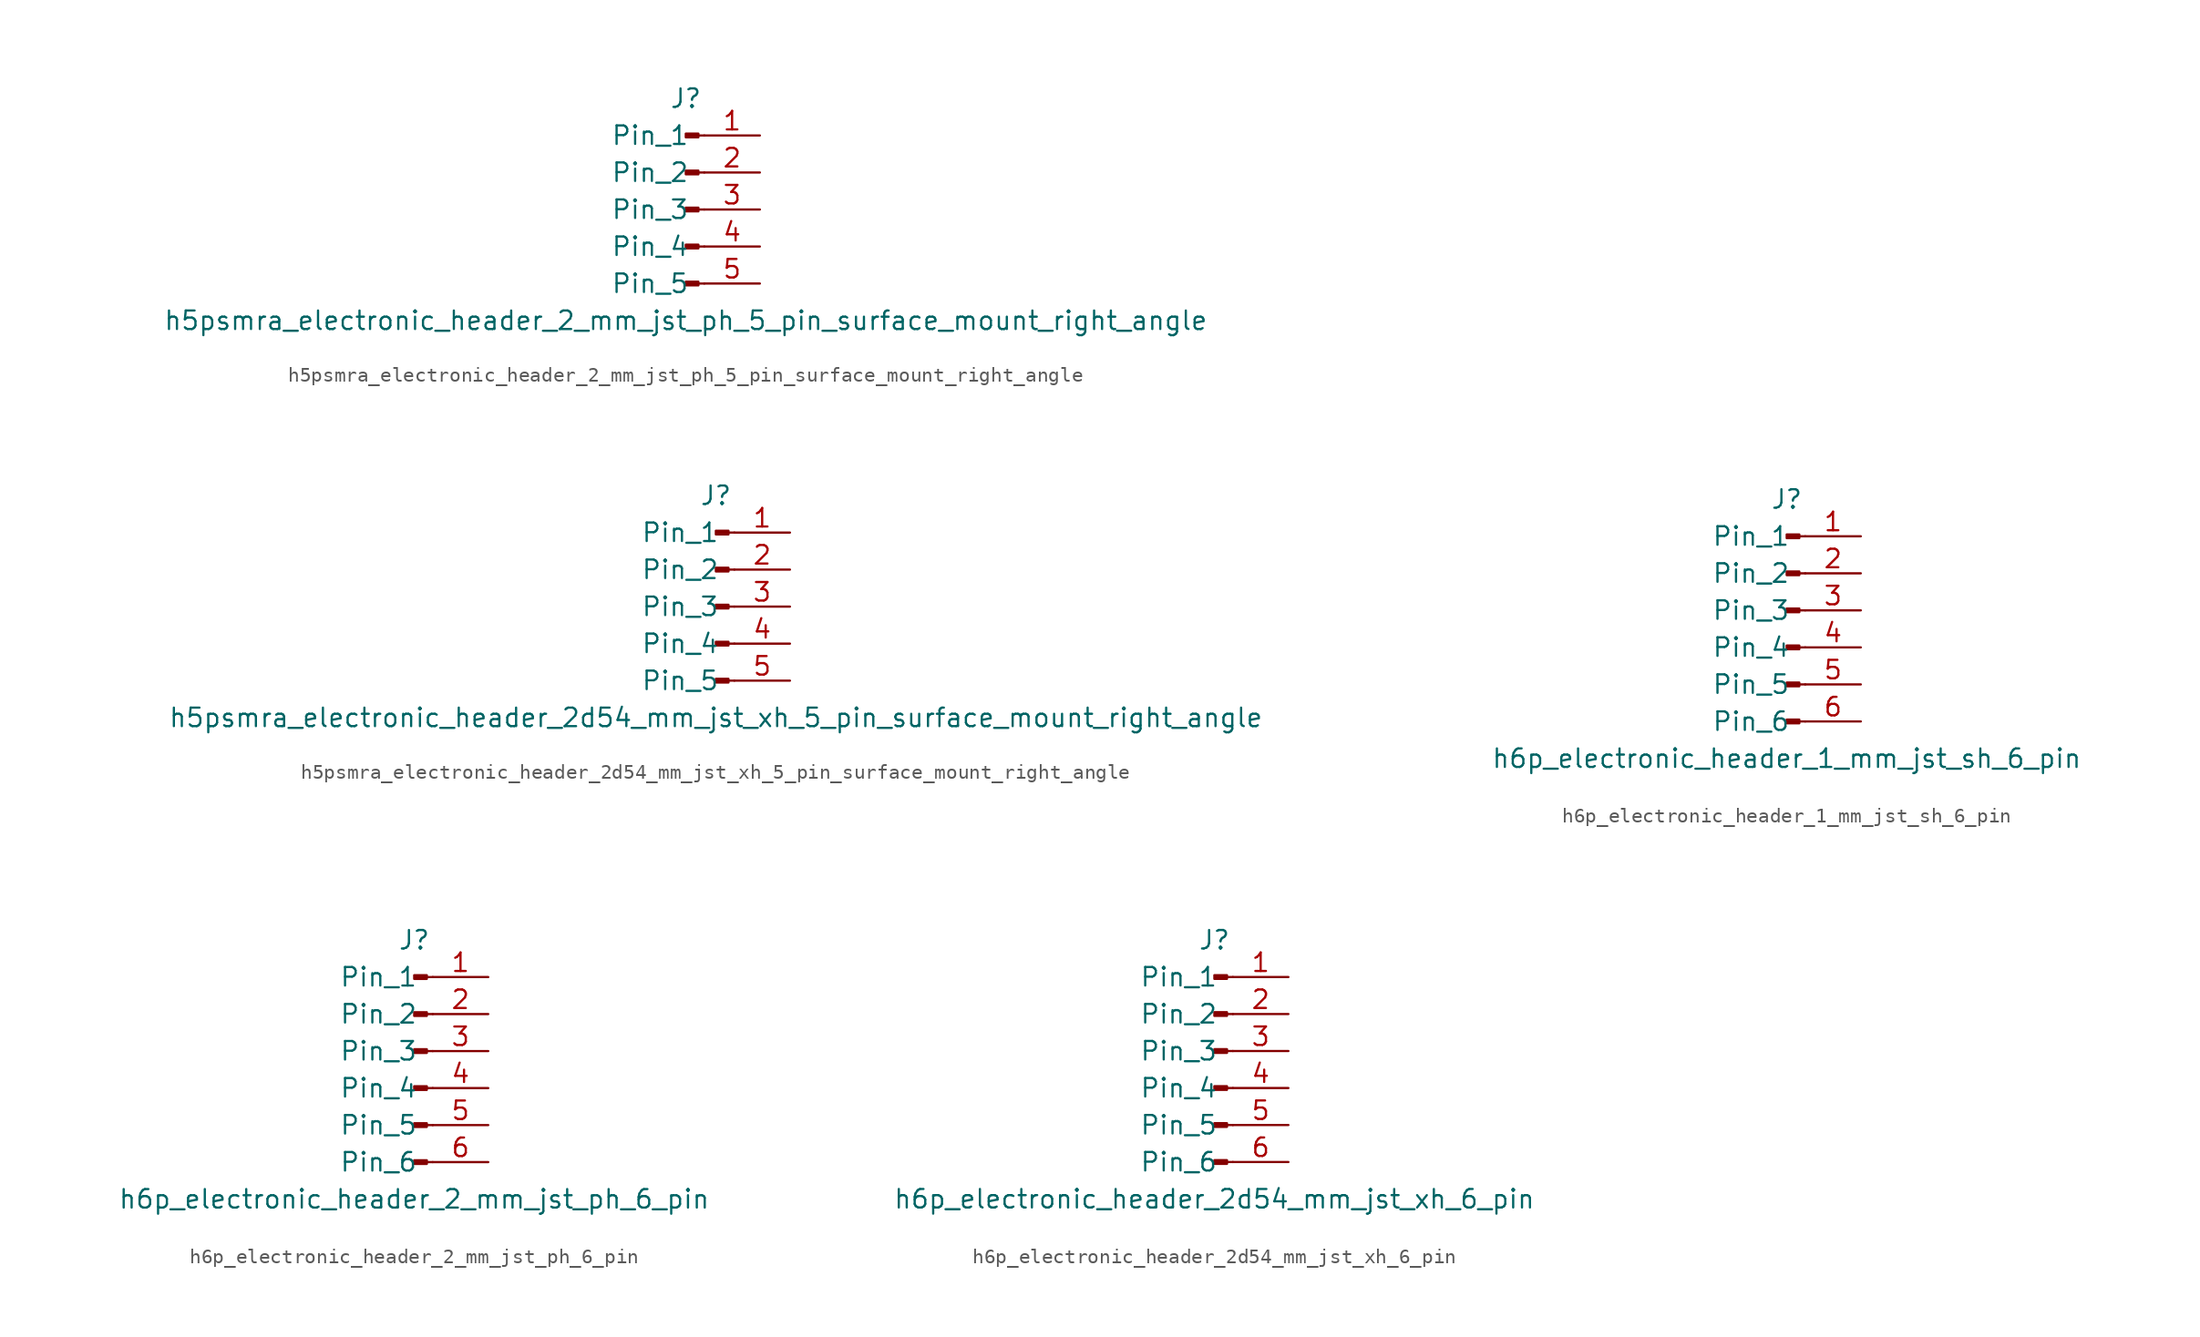
<source format=kicad_sym>
(kicad_symbol_lib
  (version 20220914)
  (generator kicad_symbol_editor)
  (symbol "h5psmra_electronic_header_2_mm_jst_ph_5_pin_surface_mount_right_angle"
    (pin_names
      (offset 1.016))
    (property "Reference" "J"
      (at 0 7.62 0)
      (effects (font (size 1.27 1.27))))
    (property "Value" "h5psmra_electronic_header_2_mm_jst_ph_5_pin_surface_mount_right_angle"
      (at 0 -7.62 0)
      (effects (font (size 1.27 1.27))))
    (property "ki_locked" ""
      (at 0 0 0)
      (effects (font (size 1.27 1.27))))
    (symbol "h5psmra_electronic_header_2_mm_jst_ph_5_pin_surface_mount_right_angle_1_1"
      (polyline (pts (xy 1.27 -5.08) (xy 0.864 -5.08)) (stroke (width 0.152) (type default)) (fill (type none)))
      (polyline (pts (xy 1.27 -2.54) (xy 0.864 -2.54)) (stroke (width 0.152) (type default)) (fill (type none)))
      (polyline (pts (xy 1.27 0) (xy 0.864 0)) (stroke (width 0.152) (type default)) (fill (type none)))
      (polyline (pts (xy 1.27 2.54) (xy 0.864 2.54)) (stroke (width 0.152) (type default)) (fill (type none)))
      (polyline (pts (xy 1.27 5.08) (xy 0.864 5.08)) (stroke (width 0.152) (type default)) (fill (type none)))
      (rectangle (start 0.864 -4.953) (end 0 -5.207) (stroke (width 0.152) (type default)) (fill (type outline)))
      (rectangle (start 0.864 -2.413) (end 0 -2.667) (stroke (width 0.152) (type default)) (fill (type outline)))
      (rectangle (start 0.864 0.127) (end 0 -0.127) (stroke (width 0.152) (type default)) (fill (type outline)))
      (rectangle (start 0.864 2.667) (end 0 2.413) (stroke (width 0.152) (type default)) (fill (type outline)))
      (rectangle (start 0.864 5.207) (end 0 4.953) (stroke (width 0.152) (type default)) (fill (type outline)))
      (pin passive line (at 5.08 5.08 180) (length 3.81) (name "Pin_1" (effects (font (size 1.27 1.27)))) (number "1" (effects (font (size 1.27 1.27)))))
      (pin passive line (at 5.08 2.54 180) (length 3.81) (name "Pin_2" (effects (font (size 1.27 1.27)))) (number "2" (effects (font (size 1.27 1.27)))))
      (pin passive line (at 5.08 0 180) (length 3.81) (name "Pin_3" (effects (font (size 1.27 1.27)))) (number "3" (effects (font (size 1.27 1.27)))))
      (pin passive line (at 5.08 -2.54 180) (length 3.81) (name "Pin_4" (effects (font (size 1.27 1.27)))) (number "4" (effects (font (size 1.27 1.27)))))
      (pin passive line (at 5.08 -5.08 180) (length 3.81) (name "Pin_5" (effects (font (size 1.27 1.27)))) (number "5" (effects (font (size 1.27 1.27)))))))
  (symbol "h5psmra_electronic_header_2d54_mm_jst_xh_5_pin_surface_mount_right_angle"
    (pin_names
      (offset 1.016))
    (property "Reference" "J"
      (at 0 7.62 0)
      (effects (font (size 1.27 1.27))))
    (property "Value" "h5psmra_electronic_header_2d54_mm_jst_xh_5_pin_surface_mount_right_angle"
      (at 0 -7.62 0)
      (effects (font (size 1.27 1.27))))
    (property "ki_locked" ""
      (at 0 0 0)
      (effects (font (size 1.27 1.27))))
    (symbol "h5psmra_electronic_header_2d54_mm_jst_xh_5_pin_surface_mount_right_angle_1_1"
      (polyline (pts (xy 1.27 -5.08) (xy 0.864 -5.08)) (stroke (width 0.152) (type default)) (fill (type none)))
      (polyline (pts (xy 1.27 -2.54) (xy 0.864 -2.54)) (stroke (width 0.152) (type default)) (fill (type none)))
      (polyline (pts (xy 1.27 0) (xy 0.864 0)) (stroke (width 0.152) (type default)) (fill (type none)))
      (polyline (pts (xy 1.27 2.54) (xy 0.864 2.54)) (stroke (width 0.152) (type default)) (fill (type none)))
      (polyline (pts (xy 1.27 5.08) (xy 0.864 5.08)) (stroke (width 0.152) (type default)) (fill (type none)))
      (rectangle (start 0.864 -4.953) (end 0 -5.207) (stroke (width 0.152) (type default)) (fill (type outline)))
      (rectangle (start 0.864 -2.413) (end 0 -2.667) (stroke (width 0.152) (type default)) (fill (type outline)))
      (rectangle (start 0.864 0.127) (end 0 -0.127) (stroke (width 0.152) (type default)) (fill (type outline)))
      (rectangle (start 0.864 2.667) (end 0 2.413) (stroke (width 0.152) (type default)) (fill (type outline)))
      (rectangle (start 0.864 5.207) (end 0 4.953) (stroke (width 0.152) (type default)) (fill (type outline)))
      (pin passive line (at 5.08 5.08 180) (length 3.81) (name "Pin_1" (effects (font (size 1.27 1.27)))) (number "1" (effects (font (size 1.27 1.27)))))
      (pin passive line (at 5.08 2.54 180) (length 3.81) (name "Pin_2" (effects (font (size 1.27 1.27)))) (number "2" (effects (font (size 1.27 1.27)))))
      (pin passive line (at 5.08 0 180) (length 3.81) (name "Pin_3" (effects (font (size 1.27 1.27)))) (number "3" (effects (font (size 1.27 1.27)))))
      (pin passive line (at 5.08 -2.54 180) (length 3.81) (name "Pin_4" (effects (font (size 1.27 1.27)))) (number "4" (effects (font (size 1.27 1.27)))))
      (pin passive line (at 5.08 -5.08 180) (length 3.81) (name "Pin_5" (effects (font (size 1.27 1.27)))) (number "5" (effects (font (size 1.27 1.27)))))))
  (symbol "h6p_electronic_header_1_mm_jst_sh_6_pin"
    (pin_names
      (offset 1.016))
    (property "Reference" "J"
      (at 0 7.62 0)
      (effects (font (size 1.27 1.27))))
    (property "Value" "h6p_electronic_header_1_mm_jst_sh_6_pin"
      (at 0 -10.16 0)
      (effects (font (size 1.27 1.27))))
    (property "ki_locked" ""
      (at 0 0 0)
      (effects (font (size 1.27 1.27))))
    (symbol "h6p_electronic_header_1_mm_jst_sh_6_pin_1_1"
      (polyline (pts (xy 1.27 -7.62) (xy 0.864 -7.62)) (stroke (width 0.152) (type default)) (fill (type none)))
      (polyline (pts (xy 1.27 -5.08) (xy 0.864 -5.08)) (stroke (width 0.152) (type default)) (fill (type none)))
      (polyline (pts (xy 1.27 -2.54) (xy 0.864 -2.54)) (stroke (width 0.152) (type default)) (fill (type none)))
      (polyline (pts (xy 1.27 0) (xy 0.864 0)) (stroke (width 0.152) (type default)) (fill (type none)))
      (polyline (pts (xy 1.27 2.54) (xy 0.864 2.54)) (stroke (width 0.152) (type default)) (fill (type none)))
      (polyline (pts (xy 1.27 5.08) (xy 0.864 5.08)) (stroke (width 0.152) (type default)) (fill (type none)))
      (rectangle (start 0.864 -7.493) (end 0 -7.747) (stroke (width 0.152) (type default)) (fill (type outline)))
      (rectangle (start 0.864 -4.953) (end 0 -5.207) (stroke (width 0.152) (type default)) (fill (type outline)))
      (rectangle (start 0.864 -2.413) (end 0 -2.667) (stroke (width 0.152) (type default)) (fill (type outline)))
      (rectangle (start 0.864 0.127) (end 0 -0.127) (stroke (width 0.152) (type default)) (fill (type outline)))
      (rectangle (start 0.864 2.667) (end 0 2.413) (stroke (width 0.152) (type default)) (fill (type outline)))
      (rectangle (start 0.864 5.207) (end 0 4.953) (stroke (width 0.152) (type default)) (fill (type outline)))
      (pin passive line (at 5.08 5.08 180) (length 3.81) (name "Pin_1" (effects (font (size 1.27 1.27)))) (number "1" (effects (font (size 1.27 1.27)))))
      (pin passive line (at 5.08 2.54 180) (length 3.81) (name "Pin_2" (effects (font (size 1.27 1.27)))) (number "2" (effects (font (size 1.27 1.27)))))
      (pin passive line (at 5.08 0 180) (length 3.81) (name "Pin_3" (effects (font (size 1.27 1.27)))) (number "3" (effects (font (size 1.27 1.27)))))
      (pin passive line (at 5.08 -2.54 180) (length 3.81) (name "Pin_4" (effects (font (size 1.27 1.27)))) (number "4" (effects (font (size 1.27 1.27)))))
      (pin passive line (at 5.08 -5.08 180) (length 3.81) (name "Pin_5" (effects (font (size 1.27 1.27)))) (number "5" (effects (font (size 1.27 1.27)))))
      (pin passive line (at 5.08 -7.62 180) (length 3.81) (name "Pin_6" (effects (font (size 1.27 1.27)))) (number "6" (effects (font (size 1.27 1.27)))))))
  (symbol "h6p_electronic_header_2_mm_jst_ph_6_pin"
    (pin_names
      (offset 1.016))
    (property "Reference" "J"
      (at 0 7.62 0)
      (effects (font (size 1.27 1.27))))
    (property "Value" "h6p_electronic_header_2_mm_jst_ph_6_pin"
      (at 0 -10.16 0)
      (effects (font (size 1.27 1.27))))
    (property "ki_locked" ""
      (at 0 0 0)
      (effects (font (size 1.27 1.27))))
    (symbol "h6p_electronic_header_2_mm_jst_ph_6_pin_1_1"
      (polyline (pts (xy 1.27 -7.62) (xy 0.864 -7.62)) (stroke (width 0.152) (type default)) (fill (type none)))
      (polyline (pts (xy 1.27 -5.08) (xy 0.864 -5.08)) (stroke (width 0.152) (type default)) (fill (type none)))
      (polyline (pts (xy 1.27 -2.54) (xy 0.864 -2.54)) (stroke (width 0.152) (type default)) (fill (type none)))
      (polyline (pts (xy 1.27 0) (xy 0.864 0)) (stroke (width 0.152) (type default)) (fill (type none)))
      (polyline (pts (xy 1.27 2.54) (xy 0.864 2.54)) (stroke (width 0.152) (type default)) (fill (type none)))
      (polyline (pts (xy 1.27 5.08) (xy 0.864 5.08)) (stroke (width 0.152) (type default)) (fill (type none)))
      (rectangle (start 0.864 -7.493) (end 0 -7.747) (stroke (width 0.152) (type default)) (fill (type outline)))
      (rectangle (start 0.864 -4.953) (end 0 -5.207) (stroke (width 0.152) (type default)) (fill (type outline)))
      (rectangle (start 0.864 -2.413) (end 0 -2.667) (stroke (width 0.152) (type default)) (fill (type outline)))
      (rectangle (start 0.864 0.127) (end 0 -0.127) (stroke (width 0.152) (type default)) (fill (type outline)))
      (rectangle (start 0.864 2.667) (end 0 2.413) (stroke (width 0.152) (type default)) (fill (type outline)))
      (rectangle (start 0.864 5.207) (end 0 4.953) (stroke (width 0.152) (type default)) (fill (type outline)))
      (pin passive line (at 5.08 5.08 180) (length 3.81) (name "Pin_1" (effects (font (size 1.27 1.27)))) (number "1" (effects (font (size 1.27 1.27)))))
      (pin passive line (at 5.08 2.54 180) (length 3.81) (name "Pin_2" (effects (font (size 1.27 1.27)))) (number "2" (effects (font (size 1.27 1.27)))))
      (pin passive line (at 5.08 0 180) (length 3.81) (name "Pin_3" (effects (font (size 1.27 1.27)))) (number "3" (effects (font (size 1.27 1.27)))))
      (pin passive line (at 5.08 -2.54 180) (length 3.81) (name "Pin_4" (effects (font (size 1.27 1.27)))) (number "4" (effects (font (size 1.27 1.27)))))
      (pin passive line (at 5.08 -5.08 180) (length 3.81) (name "Pin_5" (effects (font (size 1.27 1.27)))) (number "5" (effects (font (size 1.27 1.27)))))
      (pin passive line (at 5.08 -7.62 180) (length 3.81) (name "Pin_6" (effects (font (size 1.27 1.27)))) (number "6" (effects (font (size 1.27 1.27)))))))
  (symbol "h6p_electronic_header_2d54_mm_jst_xh_6_pin"
    (pin_names
      (offset 1.016))
    (property "Reference" "J"
      (at 0 7.62 0)
      (effects (font (size 1.27 1.27))))
    (property "Value" "h6p_electronic_header_2d54_mm_jst_xh_6_pin"
      (at 0 -10.16 0)
      (effects (font (size 1.27 1.27))))
    (property "ki_locked" ""
      (at 0 0 0)
      (effects (font (size 1.27 1.27))))
    (symbol "h6p_electronic_header_2d54_mm_jst_xh_6_pin_1_1"
      (polyline (pts (xy 1.27 -7.62) (xy 0.864 -7.62)) (stroke (width 0.152) (type default)) (fill (type none)))
      (polyline (pts (xy 1.27 -5.08) (xy 0.864 -5.08)) (stroke (width 0.152) (type default)) (fill (type none)))
      (polyline (pts (xy 1.27 -2.54) (xy 0.864 -2.54)) (stroke (width 0.152) (type default)) (fill (type none)))
      (polyline (pts (xy 1.27 0) (xy 0.864 0)) (stroke (width 0.152) (type default)) (fill (type none)))
      (polyline (pts (xy 1.27 2.54) (xy 0.864 2.54)) (stroke (width 0.152) (type default)) (fill (type none)))
      (polyline (pts (xy 1.27 5.08) (xy 0.864 5.08)) (stroke (width 0.152) (type default)) (fill (type none)))
      (rectangle (start 0.864 -7.493) (end 0 -7.747) (stroke (width 0.152) (type default)) (fill (type outline)))
      (rectangle (start 0.864 -4.953) (end 0 -5.207) (stroke (width 0.152) (type default)) (fill (type outline)))
      (rectangle (start 0.864 -2.413) (end 0 -2.667) (stroke (width 0.152) (type default)) (fill (type outline)))
      (rectangle (start 0.864 0.127) (end 0 -0.127) (stroke (width 0.152) (type default)) (fill (type outline)))
      (rectangle (start 0.864 2.667) (end 0 2.413) (stroke (width 0.152) (type default)) (fill (type outline)))
      (rectangle (start 0.864 5.207) (end 0 4.953) (stroke (width 0.152) (type default)) (fill (type outline)))
      (pin passive line (at 5.08 5.08 180) (length 3.81) (name "Pin_1" (effects (font (size 1.27 1.27)))) (number "1" (effects (font (size 1.27 1.27)))))
      (pin passive line (at 5.08 2.54 180) (length 3.81) (name "Pin_2" (effects (font (size 1.27 1.27)))) (number "2" (effects (font (size 1.27 1.27)))))
      (pin passive line (at 5.08 0 180) (length 3.81) (name "Pin_3" (effects (font (size 1.27 1.27)))) (number "3" (effects (font (size 1.27 1.27)))))
      (pin passive line (at 5.08 -2.54 180) (length 3.81) (name "Pin_4" (effects (font (size 1.27 1.27)))) (number "4" (effects (font (size 1.27 1.27)))))
      (pin passive line (at 5.08 -5.08 180) (length 3.81) (name "Pin_5" (effects (font (size 1.27 1.27)))) (number "5" (effects (font (size 1.27 1.27)))))
      (pin passive line (at 5.08 -7.62 180) (length 3.81) (name "Pin_6" (effects (font (size 1.27 1.27)))) (number "6" (effects (font (size 1.27 1.27))))))))
</source>
